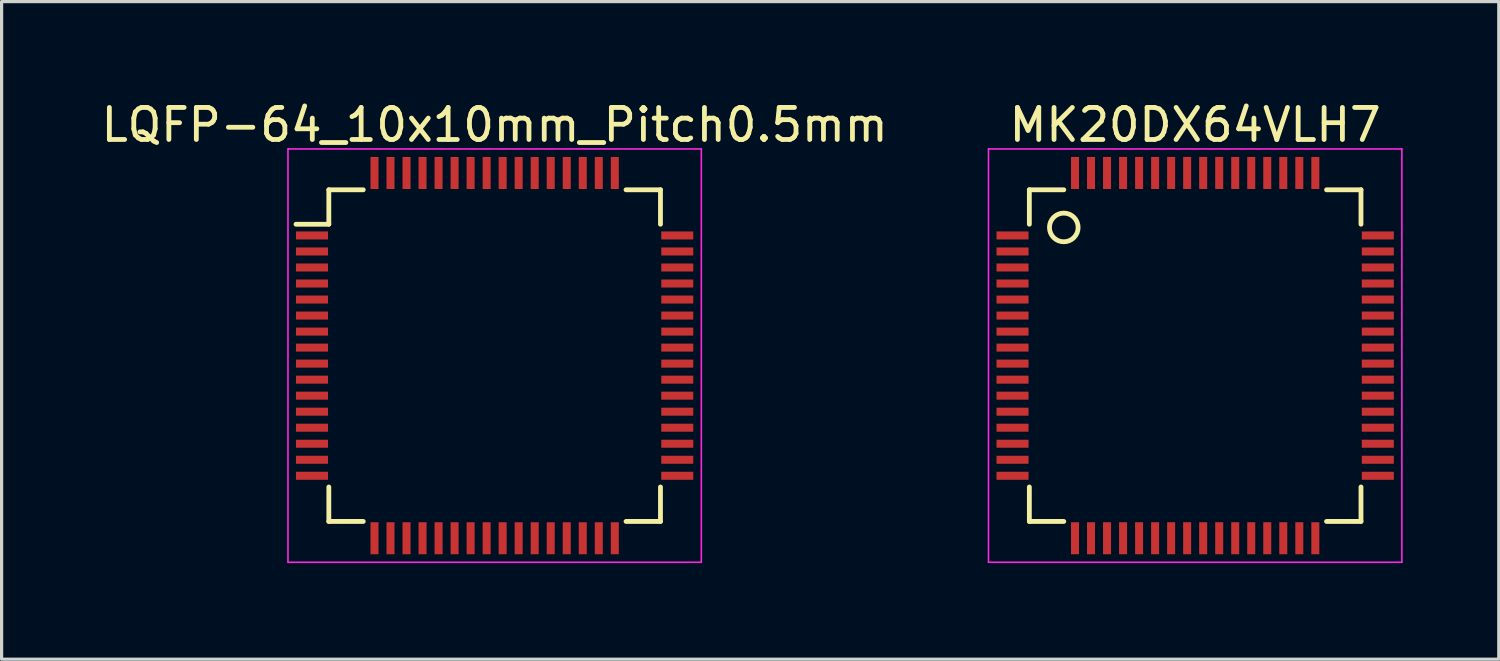
<source format=kicad_pcb>
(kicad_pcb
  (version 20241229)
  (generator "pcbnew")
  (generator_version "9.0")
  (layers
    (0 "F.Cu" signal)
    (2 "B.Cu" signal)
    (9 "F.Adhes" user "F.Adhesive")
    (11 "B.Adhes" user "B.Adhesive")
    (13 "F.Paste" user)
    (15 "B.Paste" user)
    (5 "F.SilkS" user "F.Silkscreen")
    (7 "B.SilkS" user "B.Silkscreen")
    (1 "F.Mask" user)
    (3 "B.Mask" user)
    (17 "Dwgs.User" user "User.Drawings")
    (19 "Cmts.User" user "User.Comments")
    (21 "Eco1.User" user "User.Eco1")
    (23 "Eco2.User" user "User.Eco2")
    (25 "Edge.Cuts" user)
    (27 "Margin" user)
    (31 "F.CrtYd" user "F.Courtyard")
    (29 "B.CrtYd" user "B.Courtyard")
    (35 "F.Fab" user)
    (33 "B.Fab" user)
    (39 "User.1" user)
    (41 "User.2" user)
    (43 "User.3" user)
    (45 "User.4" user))
  (footprint "LQFP-64_10x10mm_Pitch0.5mm"
    (layer "F.Cu")
    (at 12.387 8.048)
    (property "Reference" "LQFP-64_10x10mm_Pitch0.5mm" (at 0 -7.2 0) (layer "F.SilkS") (effects (font (size 1 1) (thickness 0.15))))
    (attr smd)
    (fp_line (start -5.175 -5.175) (end -5.175 -4.1) (stroke (width 0.15) (type solid)) (layer "F.SilkS"))
    (fp_line (start -5.175 -5.175) (end -4.1 -5.175) (stroke (width 0.15) (type solid)) (layer "F.SilkS"))
    (fp_line (start -5.175 -4.1) (end -6.2 -4.1) (stroke (width 0.15) (type solid)) (layer "F.SilkS"))
    (fp_line (start -5.175 5.175) (end -5.175 4.1) (stroke (width 0.15) (type solid)) (layer "F.SilkS"))
    (fp_line (start -5.175 5.175) (end -4.1 5.175) (stroke (width 0.15) (type solid)) (layer "F.SilkS"))
    (fp_line (start 5.175 -5.175) (end 4.1 -5.175) (stroke (width 0.15) (type solid)) (layer "F.SilkS"))
    (fp_line (start 5.175 -5.175) (end 5.175 -4.1) (stroke (width 0.15) (type solid)) (layer "F.SilkS"))
    (fp_line (start 5.175 5.175) (end 4.1 5.175) (stroke (width 0.15) (type solid)) (layer "F.SilkS"))
    (fp_line (start 5.175 5.175) (end 5.175 4.1) (stroke (width 0.15) (type solid)) (layer "F.SilkS"))
    (fp_line (start -6.45 -6.45) (end -6.45 6.45) (stroke (width 0.05) (type solid)) (layer "F.CrtYd"))
    (fp_line (start -6.45 -6.45) (end 6.45 -6.45) (stroke (width 0.05) (type solid)) (layer "F.CrtYd"))
    (fp_line (start -6.45 6.45) (end 6.45 6.45) (stroke (width 0.05) (type solid)) (layer "F.CrtYd"))
    (fp_line (start 6.45 -6.45) (end 6.45 6.45) (stroke (width 0.05) (type solid)) (layer "F.CrtYd"))
    (pad "1" smd rect (at -5.7 -3.75) (size 1 0.25) (layers "F.Cu" "F.Mask" "F.Paste"))
    (pad "2" smd rect (at -5.7 -3.25) (size 1 0.25) (layers "F.Cu" "F.Mask" "F.Paste"))
    (pad "3" smd rect (at -5.7 -2.75) (size 1 0.25) (layers "F.Cu" "F.Mask" "F.Paste"))
    (pad "4" smd rect (at -5.7 -2.25) (size 1 0.25) (layers "F.Cu" "F.Mask" "F.Paste"))
    (pad "5" smd rect (at -5.7 -1.75) (size 1 0.25) (layers "F.Cu" "F.Mask" "F.Paste"))
    (pad "6" smd rect (at -5.7 -1.25) (size 1 0.25) (layers "F.Cu" "F.Mask" "F.Paste"))
    (pad "7" smd rect (at -5.7 -0.75) (size 1 0.25) (layers "F.Cu" "F.Mask" "F.Paste"))
    (pad "8" smd rect (at -5.7 -0.25) (size 1 0.25) (layers "F.Cu" "F.Mask" "F.Paste"))
    (pad "9" smd rect (at -5.7 0.25) (size 1 0.25) (layers "F.Cu" "F.Mask" "F.Paste"))
    (pad "10" smd rect (at -5.7 0.75) (size 1 0.25) (layers "F.Cu" "F.Mask" "F.Paste"))
    (pad "11" smd rect (at -5.7 1.25) (size 1 0.25) (layers "F.Cu" "F.Mask" "F.Paste"))
    (pad "12" smd rect (at -5.7 1.75) (size 1 0.25) (layers "F.Cu" "F.Mask" "F.Paste"))
    (pad "13" smd rect (at -5.7 2.25) (size 1 0.25) (layers "F.Cu" "F.Mask" "F.Paste"))
    (pad "14" smd rect (at -5.7 2.75) (size 1 0.25) (layers "F.Cu" "F.Mask" "F.Paste"))
    (pad "15" smd rect (at -5.7 3.25) (size 1 0.25) (layers "F.Cu" "F.Mask" "F.Paste"))
    (pad "16" smd rect (at -5.7 3.75) (size 1 0.25) (layers "F.Cu" "F.Mask" "F.Paste"))
    (pad "17" smd rect (at -3.75 5.7 90) (size 1 0.25) (layers "F.Cu" "F.Mask" "F.Paste"))
    (pad "18" smd rect (at -3.25 5.7 90) (size 1 0.25) (layers "F.Cu" "F.Mask" "F.Paste"))
    (pad "19" smd rect (at -2.75 5.7 90) (size 1 0.25) (layers "F.Cu" "F.Mask" "F.Paste"))
    (pad "20" smd rect (at -2.25 5.7 90) (size 1 0.25) (layers "F.Cu" "F.Mask" "F.Paste"))
    (pad "21" smd rect (at -1.75 5.7 90) (size 1 0.25) (layers "F.Cu" "F.Mask" "F.Paste"))
    (pad "22" smd rect (at -1.25 5.7 90) (size 1 0.25) (layers "F.Cu" "F.Mask" "F.Paste"))
    (pad "23" smd rect (at -0.75 5.7 90) (size 1 0.25) (layers "F.Cu" "F.Mask" "F.Paste"))
    (pad "24" smd rect (at -0.25 5.7 90) (size 1 0.25) (layers "F.Cu" "F.Mask" "F.Paste"))
    (pad "25" smd rect (at 0.25 5.7 90) (size 1 0.25) (layers "F.Cu" "F.Mask" "F.Paste"))
    (pad "26" smd rect (at 0.75 5.7 90) (size 1 0.25) (layers "F.Cu" "F.Mask" "F.Paste"))
    (pad "27" smd rect (at 1.25 5.7 90) (size 1 0.25) (layers "F.Cu" "F.Mask" "F.Paste"))
    (pad "28" smd rect (at 1.75 5.7 90) (size 1 0.25) (layers "F.Cu" "F.Mask" "F.Paste"))
    (pad "29" smd rect (at 2.25 5.7 90) (size 1 0.25) (layers "F.Cu" "F.Mask" "F.Paste"))
    (pad "30" smd rect (at 2.75 5.7 90) (size 1 0.25) (layers "F.Cu" "F.Mask" "F.Paste"))
    (pad "31" smd rect (at 3.25 5.7 90) (size 1 0.25) (layers "F.Cu" "F.Mask" "F.Paste"))
    (pad "32" smd rect (at 3.75 5.7 90) (size 1 0.25) (layers "F.Cu" "F.Mask" "F.Paste"))
    (pad "33" smd rect (at 5.7 3.75) (size 1 0.25) (layers "F.Cu" "F.Mask" "F.Paste"))
    (pad "34" smd rect (at 5.7 3.25) (size 1 0.25) (layers "F.Cu" "F.Mask" "F.Paste"))
    (pad "35" smd rect (at 5.7 2.75) (size 1 0.25) (layers "F.Cu" "F.Mask" "F.Paste"))
    (pad "36" smd rect (at 5.7 2.25) (size 1 0.25) (layers "F.Cu" "F.Mask" "F.Paste"))
    (pad "37" smd rect (at 5.7 1.75) (size 1 0.25) (layers "F.Cu" "F.Mask" "F.Paste"))
    (pad "38" smd rect (at 5.7 1.25) (size 1 0.25) (layers "F.Cu" "F.Mask" "F.Paste"))
    (pad "39" smd rect (at 5.7 0.75) (size 1 0.25) (layers "F.Cu" "F.Mask" "F.Paste"))
    (pad "40" smd rect (at 5.7 0.25) (size 1 0.25) (layers "F.Cu" "F.Mask" "F.Paste"))
    (pad "41" smd rect (at 5.7 -0.25) (size 1 0.25) (layers "F.Cu" "F.Mask" "F.Paste"))
    (pad "42" smd rect (at 5.7 -0.75) (size 1 0.25) (layers "F.Cu" "F.Mask" "F.Paste"))
    (pad "43" smd rect (at 5.7 -1.25) (size 1 0.25) (layers "F.Cu" "F.Mask" "F.Paste"))
    (pad "44" smd rect (at 5.7 -1.75) (size 1 0.25) (layers "F.Cu" "F.Mask" "F.Paste"))
    (pad "45" smd rect (at 5.7 -2.25) (size 1 0.25) (layers "F.Cu" "F.Mask" "F.Paste"))
    (pad "46" smd rect (at 5.7 -2.75) (size 1 0.25) (layers "F.Cu" "F.Mask" "F.Paste"))
    (pad "47" smd rect (at 5.7 -3.25) (size 1 0.25) (layers "F.Cu" "F.Mask" "F.Paste"))
    (pad "48" smd rect (at 5.7 -3.75) (size 1 0.25) (layers "F.Cu" "F.Mask" "F.Paste"))
    (pad "49" smd rect (at 3.75 -5.7 90) (size 1 0.25) (layers "F.Cu" "F.Mask" "F.Paste"))
    (pad "50" smd rect (at 3.25 -5.7 90) (size 1 0.25) (layers "F.Cu" "F.Mask" "F.Paste"))
    (pad "51" smd rect (at 2.75 -5.7 90) (size 1 0.25) (layers "F.Cu" "F.Mask" "F.Paste"))
    (pad "52" smd rect (at 2.25 -5.7 90) (size 1 0.25) (layers "F.Cu" "F.Mask" "F.Paste"))
    (pad "53" smd rect (at 1.75 -5.7 90) (size 1 0.25) (layers "F.Cu" "F.Mask" "F.Paste"))
    (pad "54" smd rect (at 1.25 -5.7 90) (size 1 0.25) (layers "F.Cu" "F.Mask" "F.Paste"))
    (pad "55" smd rect (at 0.75 -5.7 90) (size 1 0.25) (layers "F.Cu" "F.Mask" "F.Paste"))
    (pad "56" smd rect (at 0.25 -5.7 90) (size 1 0.25) (layers "F.Cu" "F.Mask" "F.Paste"))
    (pad "57" smd rect (at -0.25 -5.7 90) (size 1 0.25) (layers "F.Cu" "F.Mask" "F.Paste"))
    (pad "58" smd rect (at -0.75 -5.7 90) (size 1 0.25) (layers "F.Cu" "F.Mask" "F.Paste"))
    (pad "59" smd rect (at -1.25 -5.7 90) (size 1 0.25) (layers "F.Cu" "F.Mask" "F.Paste"))
    (pad "60" smd rect (at -1.75 -5.7 90) (size 1 0.25) (layers "F.Cu" "F.Mask" "F.Paste"))
    (pad "61" smd rect (at -2.25 -5.7 90) (size 1 0.25) (layers "F.Cu" "F.Mask" "F.Paste"))
    (pad "62" smd rect (at -2.75 -5.7 90) (size 1 0.25) (layers "F.Cu" "F.Mask" "F.Paste"))
    (pad "63" smd rect (at -3.25 -5.7 90) (size 1 0.25) (layers "F.Cu" "F.Mask" "F.Paste"))
    (pad "64" smd rect (at -3.75 -5.7 90) (size 1 0.25) (layers "F.Cu" "F.Mask" "F.Paste")))
  (footprint "MK20DX64VLH7"
    (layer "F.Cu")
    (at 34.249 8.048)
    (property "Reference" "MK20DX64VLH7" (at 0 -7.2 0) (layer "F.SilkS") (effects (font (size 1 1) (thickness 0.15))))
    (attr smd)
    (fp_line (start -5.175 -5.175) (end -5.175 -4.1) (stroke (width 0.15) (type solid)) (layer "F.SilkS"))
    (fp_line (start -5.175 -5.175) (end -4.1 -5.175) (stroke (width 0.15) (type solid)) (layer "F.SilkS"))
    (fp_line (start -5.175 5.175) (end -5.175 4.1) (stroke (width 0.15) (type solid)) (layer "F.SilkS"))
    (fp_line (start -5.175 5.175) (end -4.1 5.175) (stroke (width 0.15) (type solid)) (layer "F.SilkS"))
    (fp_line (start 5.175 -5.175) (end 4.1 -5.175) (stroke (width 0.15) (type solid)) (layer "F.SilkS"))
    (fp_line (start 5.175 -5.175) (end 5.175 -4.1) (stroke (width 0.15) (type solid)) (layer "F.SilkS"))
    (fp_line (start 5.175 5.175) (end 4.1 5.175) (stroke (width 0.15) (type solid)) (layer "F.SilkS"))
    (fp_line (start 5.175 5.175) (end 5.175 4.1) (stroke (width 0.15) (type solid)) (layer "F.SilkS"))
    (fp_circle (center -4.1 -4) (end -4.5 -4.2) (stroke (width 0.15) (type solid)) (fill no) (layer "F.SilkS"))
    (fp_line (start -6.45 -6.45) (end -6.45 6.45) (stroke (width 0.05) (type solid)) (layer "F.CrtYd"))
    (fp_line (start -6.45 -6.45) (end 6.45 -6.45) (stroke (width 0.05) (type solid)) (layer "F.CrtYd"))
    (fp_line (start -6.45 6.45) (end 6.45 6.45) (stroke (width 0.05) (type solid)) (layer "F.CrtYd"))
    (fp_line (start 6.45 -6.45) (end 6.45 6.45) (stroke (width 0.05) (type solid)) (layer "F.CrtYd"))
    (pad "1" smd rect (at -5.7 -3.75) (size 1 0.25) (layers "F.Cu" "F.Mask" "F.Paste"))
    (pad "2" smd rect (at -5.7 -3.25) (size 1 0.25) (layers "F.Cu" "F.Mask" "F.Paste"))
    (pad "3" smd rect (at -5.7 -2.75) (size 1 0.25) (layers "F.Cu" "F.Mask" "F.Paste"))
    (pad "4" smd rect (at -5.7 -2.25) (size 1 0.25) (layers "F.Cu" "F.Mask" "F.Paste"))
    (pad "5" smd rect (at -5.7 -1.75) (size 1 0.25) (layers "F.Cu" "F.Mask" "F.Paste"))
    (pad "6" smd rect (at -5.7 -1.25) (size 1 0.25) (layers "F.Cu" "F.Mask" "F.Paste"))
    (pad "7" smd rect (at -5.7 -0.75) (size 1 0.25) (layers "F.Cu" "F.Mask" "F.Paste"))
    (pad "8" smd rect (at -5.7 -0.25) (size 1 0.25) (layers "F.Cu" "F.Mask" "F.Paste"))
    (pad "9" smd rect (at -5.7 0.25) (size 1 0.25) (layers "F.Cu" "F.Mask" "F.Paste"))
    (pad "10" smd rect (at -5.7 0.75) (size 1 0.25) (layers "F.Cu" "F.Mask" "F.Paste"))
    (pad "11" smd rect (at -5.7 1.25) (size 1 0.25) (layers "F.Cu" "F.Mask" "F.Paste"))
    (pad "12" smd rect (at -5.7 1.75) (size 1 0.25) (layers "F.Cu" "F.Mask" "F.Paste"))
    (pad "13" smd rect (at -5.7 2.25) (size 1 0.25) (layers "F.Cu" "F.Mask" "F.Paste"))
    (pad "14" smd rect (at -5.7 2.75) (size 1 0.25) (layers "F.Cu" "F.Mask" "F.Paste"))
    (pad "15" smd rect (at -5.7 3.25) (size 1 0.25) (layers "F.Cu" "F.Mask" "F.Paste"))
    (pad "16" smd rect (at -5.7 3.75) (size 1 0.25) (layers "F.Cu" "F.Mask" "F.Paste"))
    (pad "17" smd rect (at -3.75 5.7 90) (size 1 0.25) (layers "F.Cu" "F.Mask" "F.Paste"))
    (pad "18" smd rect (at -3.25 5.7 90) (size 1 0.25) (layers "F.Cu" "F.Mask" "F.Paste"))
    (pad "19" smd rect (at -2.75 5.7 90) (size 1 0.25) (layers "F.Cu" "F.Mask" "F.Paste"))
    (pad "20" smd rect (at -2.25 5.7 90) (size 1 0.25) (layers "F.Cu" "F.Mask" "F.Paste"))
    (pad "21" smd rect (at -1.75 5.7 90) (size 1 0.25) (layers "F.Cu" "F.Mask" "F.Paste"))
    (pad "22" smd rect (at -1.25 5.7 90) (size 1 0.25) (layers "F.Cu" "F.Mask" "F.Paste"))
    (pad "23" smd rect (at -0.75 5.7 90) (size 1 0.25) (layers "F.Cu" "F.Mask" "F.Paste"))
    (pad "24" smd rect (at -0.25 5.7 90) (size 1 0.25) (layers "F.Cu" "F.Mask" "F.Paste"))
    (pad "25" smd rect (at 0.25 5.7 90) (size 1 0.25) (layers "F.Cu" "F.Mask" "F.Paste"))
    (pad "26" smd rect (at 0.75 5.7 90) (size 1 0.25) (layers "F.Cu" "F.Mask" "F.Paste"))
    (pad "27" smd rect (at 1.25 5.7 90) (size 1 0.25) (layers "F.Cu" "F.Mask" "F.Paste"))
    (pad "28" smd rect (at 1.75 5.7 90) (size 1 0.25) (layers "F.Cu" "F.Mask" "F.Paste"))
    (pad "29" smd rect (at 2.25 5.7 90) (size 1 0.25) (layers "F.Cu" "F.Mask" "F.Paste"))
    (pad "30" smd rect (at 2.75 5.7 90) (size 1 0.25) (layers "F.Cu" "F.Mask" "F.Paste"))
    (pad "31" smd rect (at 3.25 5.7 90) (size 1 0.25) (layers "F.Cu" "F.Mask" "F.Paste"))
    (pad "32" smd rect (at 3.75 5.7 90) (size 1 0.25) (layers "F.Cu" "F.Mask" "F.Paste"))
    (pad "33" smd rect (at 5.7 3.75) (size 1 0.25) (layers "F.Cu" "F.Mask" "F.Paste"))
    (pad "34" smd rect (at 5.7 3.25) (size 1 0.25) (layers "F.Cu" "F.Mask" "F.Paste"))
    (pad "35" smd rect (at 5.7 2.75) (size 1 0.25) (layers "F.Cu" "F.Mask" "F.Paste"))
    (pad "36" smd rect (at 5.7 2.25) (size 1 0.25) (layers "F.Cu" "F.Mask" "F.Paste"))
    (pad "37" smd rect (at 5.7 1.75) (size 1 0.25) (layers "F.Cu" "F.Mask" "F.Paste"))
    (pad "38" smd rect (at 5.7 1.25) (size 1 0.25) (layers "F.Cu" "F.Mask" "F.Paste"))
    (pad "39" smd rect (at 5.7 0.75) (size 1 0.25) (layers "F.Cu" "F.Mask" "F.Paste"))
    (pad "40" smd rect (at 5.7 0.25) (size 1 0.25) (layers "F.Cu" "F.Mask" "F.Paste"))
    (pad "41" smd rect (at 5.7 -0.25) (size 1 0.25) (layers "F.Cu" "F.Mask" "F.Paste"))
    (pad "42" smd rect (at 5.7 -0.75) (size 1 0.25) (layers "F.Cu" "F.Mask" "F.Paste"))
    (pad "43" smd rect (at 5.7 -1.25) (size 1 0.25) (layers "F.Cu" "F.Mask" "F.Paste"))
    (pad "44" smd rect (at 5.7 -1.75) (size 1 0.25) (layers "F.Cu" "F.Mask" "F.Paste"))
    (pad "45" smd rect (at 5.7 -2.25) (size 1 0.25) (layers "F.Cu" "F.Mask" "F.Paste"))
    (pad "46" smd rect (at 5.7 -2.75) (size 1 0.25) (layers "F.Cu" "F.Mask" "F.Paste"))
    (pad "47" smd rect (at 5.7 -3.25) (size 1 0.25) (layers "F.Cu" "F.Mask" "F.Paste"))
    (pad "48" smd rect (at 5.7 -3.75) (size 1 0.25) (layers "F.Cu" "F.Mask" "F.Paste"))
    (pad "49" smd rect (at 3.75 -5.7 90) (size 1 0.25) (layers "F.Cu" "F.Mask" "F.Paste"))
    (pad "50" smd rect (at 3.25 -5.7 90) (size 1 0.25) (layers "F.Cu" "F.Mask" "F.Paste"))
    (pad "51" smd rect (at 2.75 -5.7 90) (size 1 0.25) (layers "F.Cu" "F.Mask" "F.Paste"))
    (pad "52" smd rect (at 2.25 -5.7 90) (size 1 0.25) (layers "F.Cu" "F.Mask" "F.Paste"))
    (pad "53" smd rect (at 1.75 -5.7 90) (size 1 0.25) (layers "F.Cu" "F.Mask" "F.Paste"))
    (pad "54" smd rect (at 1.25 -5.7 90) (size 1 0.25) (layers "F.Cu" "F.Mask" "F.Paste"))
    (pad "55" smd rect (at 0.75 -5.7 90) (size 1 0.25) (layers "F.Cu" "F.Mask" "F.Paste"))
    (pad "56" smd rect (at 0.25 -5.7 90) (size 1 0.25) (layers "F.Cu" "F.Mask" "F.Paste"))
    (pad "57" smd rect (at -0.25 -5.7 90) (size 1 0.25) (layers "F.Cu" "F.Mask" "F.Paste"))
    (pad "58" smd rect (at -0.75 -5.7 90) (size 1 0.25) (layers "F.Cu" "F.Mask" "F.Paste"))
    (pad "59" smd rect (at -1.25 -5.7 90) (size 1 0.25) (layers "F.Cu" "F.Mask" "F.Paste"))
    (pad "60" smd rect (at -1.75 -5.7 90) (size 1 0.25) (layers "F.Cu" "F.Mask" "F.Paste"))
    (pad "61" smd rect (at -2.25 -5.7 90) (size 1 0.25) (layers "F.Cu" "F.Mask" "F.Paste"))
    (pad "62" smd rect (at -2.75 -5.7 90) (size 1 0.25) (layers "F.Cu" "F.Mask" "F.Paste"))
    (pad "63" smd rect (at -3.25 -5.7 90) (size 1 0.25) (layers "F.Cu" "F.Mask" "F.Paste"))
    (pad "64" smd rect (at -3.75 -5.7 90) (size 1 0.25) (layers "F.Cu" "F.Mask" "F.Paste")))
  (gr_rect
    (start -3 -3)
    (end 43.724 17.523)
    (stroke (width 0.1) (type default))
    (fill no)
    (layer "Edge.Cuts")))
</source>
